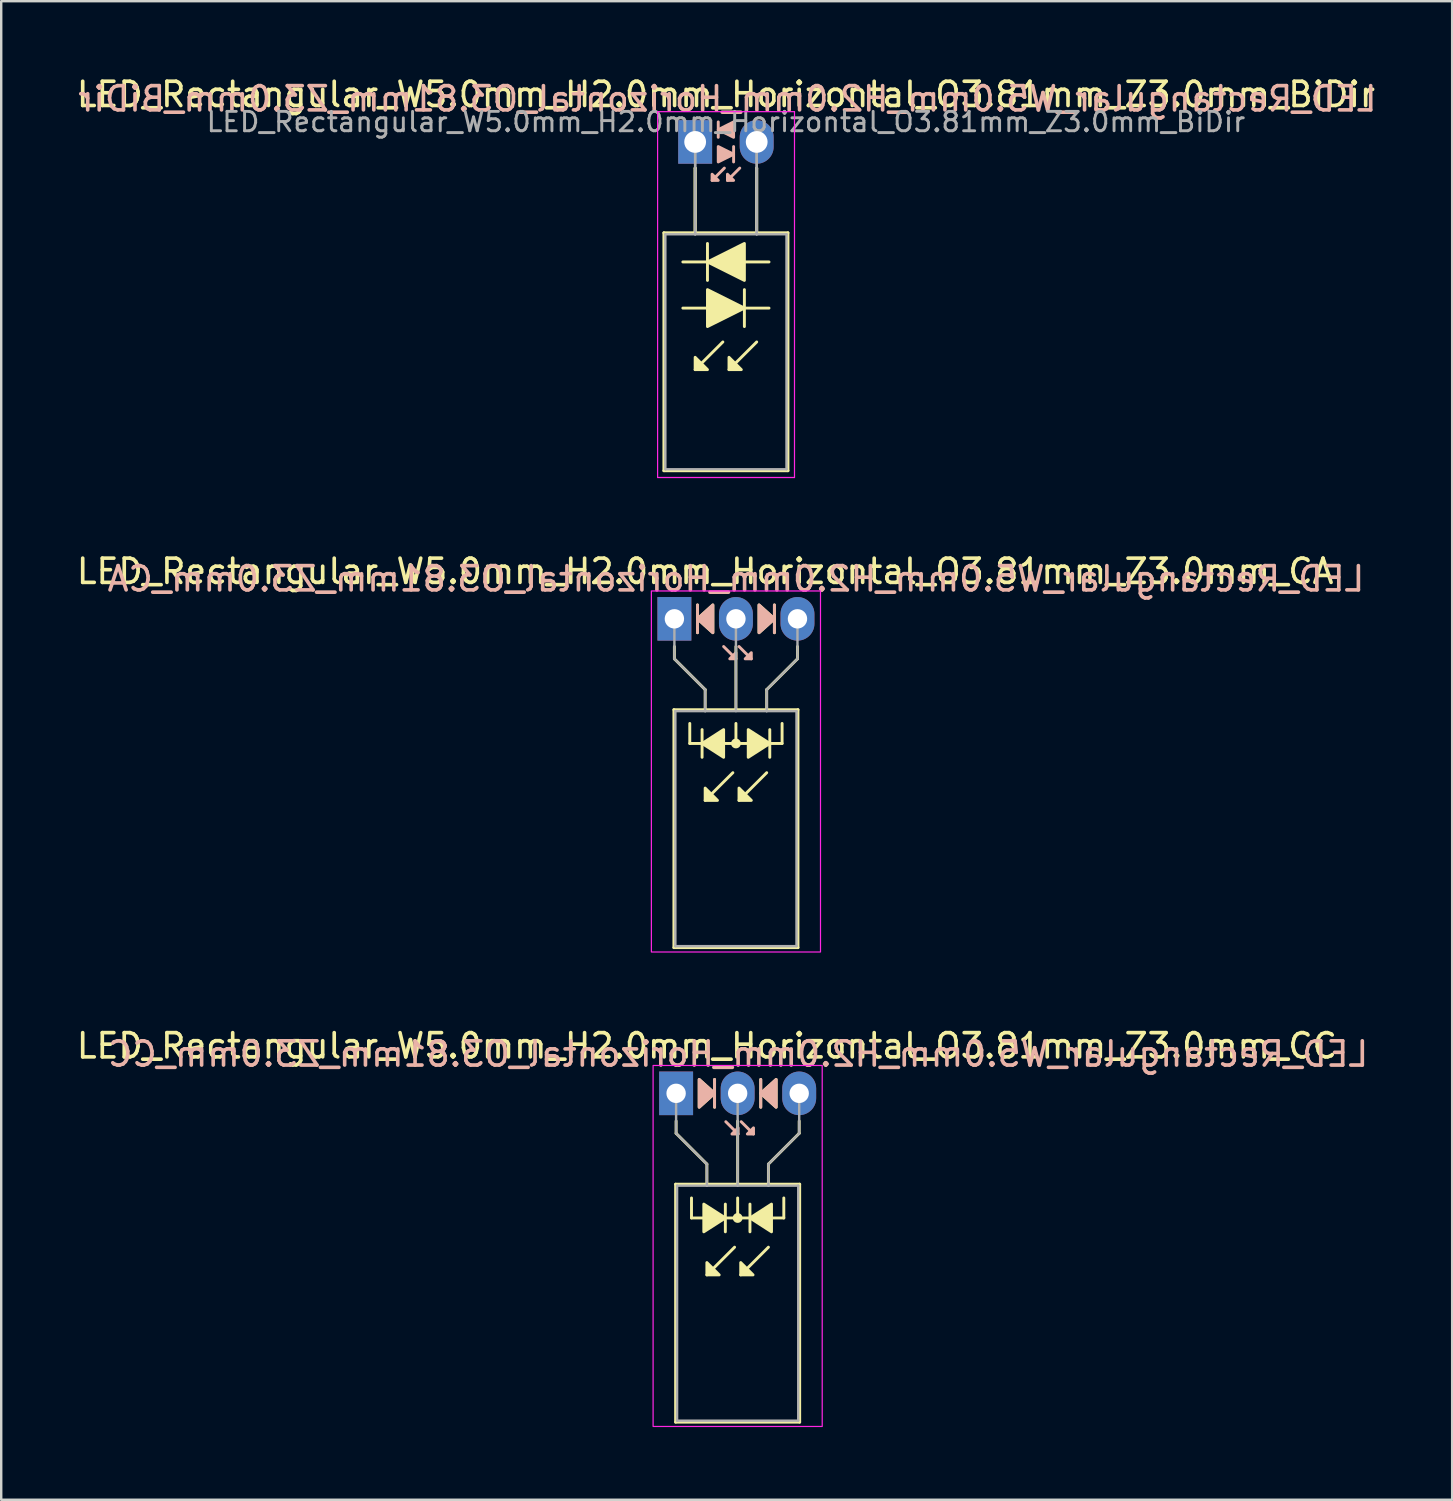
<source format=kicad_pcb>
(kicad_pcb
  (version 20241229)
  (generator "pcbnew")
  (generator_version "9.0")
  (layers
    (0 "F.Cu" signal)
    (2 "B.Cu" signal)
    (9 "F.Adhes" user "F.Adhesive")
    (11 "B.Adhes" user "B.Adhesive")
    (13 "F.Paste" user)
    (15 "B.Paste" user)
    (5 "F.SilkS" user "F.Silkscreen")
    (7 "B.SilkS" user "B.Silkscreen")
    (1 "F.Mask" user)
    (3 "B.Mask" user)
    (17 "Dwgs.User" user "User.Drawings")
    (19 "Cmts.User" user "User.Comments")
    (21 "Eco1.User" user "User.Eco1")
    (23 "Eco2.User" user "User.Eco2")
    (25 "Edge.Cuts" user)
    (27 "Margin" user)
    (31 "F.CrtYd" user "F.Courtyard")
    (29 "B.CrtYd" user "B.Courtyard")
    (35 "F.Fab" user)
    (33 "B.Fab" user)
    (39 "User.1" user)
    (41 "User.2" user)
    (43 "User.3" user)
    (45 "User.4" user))
  (footprint "LED_Rectangular_W5.0mm_H2.0mm_Horizontal_O3.81mm_Z3.0mm_BiDir"
    (layer "F.Cu")
    (at 25.641 2.808)
    (property "Reference" "LED_Rectangular_W5.0mm_H2.0mm_Horizontal_O3.81mm_Z3.0mm_BiDir" (at 1.27 -1.96 0) (layer "F.SilkS") (effects (font (size 1 1) (thickness 0.15))))
    (fp_line (start -1.29 3.75) (end -1.29 13.57) (stroke (width 0.12) (type solid)) (layer "F.SilkS"))
    (fp_line (start -1.29 13.57) (end 3.83 13.57) (stroke (width 0.12) (type solid)) (layer "F.SilkS"))
    (fp_line (start -0.508 6.858) (end 0.508 6.858) (stroke (width 0.12) (type solid)) (layer "F.SilkS"))
    (fp_line (start 0 1.08) (end 0 1.08) (stroke (width 0.12) (type solid)) (layer "F.SilkS"))
    (fp_line (start 0 1.08) (end 0 3.75) (stroke (width 0.12) (type solid)) (layer "F.SilkS"))
    (fp_line (start 0 3.75) (end 0 1.08) (stroke (width 0.12) (type solid)) (layer "F.SilkS"))
    (fp_line (start 0 3.75) (end 0 3.75) (stroke (width 0.12) (type solid)) (layer "F.SilkS"))
    (fp_line (start 0.508 4.191) (end 0.508 5.715) (stroke (width 0.12) (type solid)) (layer "F.SilkS"))
    (fp_line (start 0.508 4.953) (end -0.508 4.953) (stroke (width 0.12) (type solid)) (layer "F.SilkS"))
    (fp_line (start 1.143 8.255) (end 0 9.398) (stroke (width 0.12) (type solid)) (layer "F.SilkS"))
    (fp_line (start 2.032 6.858) (end 3.048 6.858) (stroke (width 0.12) (type solid)) (layer "F.SilkS"))
    (fp_line (start 2.032 7.62) (end 2.032 6.096) (stroke (width 0.12) (type solid)) (layer "F.SilkS"))
    (fp_line (start 2.54 1.08) (end 2.54 1.08) (stroke (width 0.12) (type solid)) (layer "F.SilkS"))
    (fp_line (start 2.54 1.08) (end 2.54 3.75) (stroke (width 0.12) (type solid)) (layer "F.SilkS"))
    (fp_line (start 2.54 3.75) (end 2.54 1.08) (stroke (width 0.12) (type solid)) (layer "F.SilkS"))
    (fp_line (start 2.54 3.75) (end 2.54 3.75) (stroke (width 0.12) (type solid)) (layer "F.SilkS"))
    (fp_line (start 2.54 8.255) (end 1.397 9.398) (stroke (width 0.12) (type solid)) (layer "F.SilkS"))
    (fp_line (start 3.048 4.953) (end 2.032 4.953) (stroke (width 0.12) (type solid)) (layer "F.SilkS"))
    (fp_line (start 3.83 3.75) (end -1.29 3.75) (stroke (width 0.12) (type solid)) (layer "F.SilkS"))
    (fp_line (start 3.83 13.57) (end 3.83 3.75) (stroke (width 0.12) (type solid)) (layer "F.SilkS"))
    (fp_poly (pts (xy 0 8.89) (xy 0.508 9.398) (xy 0 9.398)) (stroke (width 0.12) (type solid)) (fill yes) (layer "F.SilkS"))
    (fp_poly (pts (xy 0.508 6.096) (xy 2.032 6.858) (xy 0.508 7.62)) (stroke (width 0.12) (type solid)) (fill yes) (layer "F.SilkS"))
    (fp_poly (pts (xy 1.397 8.89) (xy 1.905 9.398) (xy 1.397 9.398)) (stroke (width 0.12) (type solid)) (fill yes) (layer "F.SilkS"))
    (fp_poly (pts (xy 2.032 5.715) (xy 0.508 4.953) (xy 2.032 4.191)) (stroke (width 0.12) (type solid)) (fill yes) (layer "F.SilkS"))
    (fp_line (start 0.953 -0.826) (end 0.953 -0.191) (stroke (width 0.12) (type solid)) (layer "B.SilkS"))
    (fp_line (start 1.206 1.079) (end 0.699 1.587) (stroke (width 0.12) (type solid)) (layer "B.SilkS"))
    (fp_line (start 1.587 0.826) (end 1.587 0.191) (stroke (width 0.12) (type solid)) (layer "B.SilkS"))
    (fp_line (start 1.841 1.079) (end 1.333 1.587) (stroke (width 0.12) (type solid)) (layer "B.SilkS"))
    (fp_poly (pts (xy 0.699 1.333) (xy 0.953 1.587) (xy 0.699 1.587)) (stroke (width 0.12) (type solid)) (fill yes) (layer "B.SilkS"))
    (fp_poly (pts (xy 0.953 0.191) (xy 1.587 0.508) (xy 0.953 0.826)) (stroke (width 0.12) (type solid)) (fill yes) (layer "B.SilkS"))
    (fp_poly (pts (xy 1.333 1.333) (xy 1.587 1.587) (xy 1.333 1.587)) (stroke (width 0.12) (type solid)) (fill yes) (layer "B.SilkS"))
    (fp_poly (pts (xy 1.587 -0.191) (xy 0.953 -0.508) (xy 1.587 -0.826)) (stroke (width 0.12) (type solid)) (fill yes) (layer "B.SilkS"))
    (fp_line (start -1.55 -1.25) (end -1.55 13.85) (stroke (width 0.05) (type solid)) (layer "F.CrtYd"))
    (fp_line (start -1.55 13.85) (end 4.1 13.85) (stroke (width 0.05) (type solid)) (layer "F.CrtYd"))
    (fp_line (start 4.1 -1.25) (end -1.55 -1.25) (stroke (width 0.05) (type solid)) (layer "F.CrtYd"))
    (fp_line (start 4.1 13.85) (end 4.1 -1.25) (stroke (width 0.05) (type solid)) (layer "F.CrtYd"))
    (fp_line (start -1.23 3.81) (end -1.23 13.51) (stroke (width 0.1) (type solid)) (layer "F.Fab"))
    (fp_line (start -1.23 13.51) (end 3.77 13.51) (stroke (width 0.1) (type solid)) (layer "F.Fab"))
    (fp_line (start 0 0) (end 0 0) (stroke (width 0.1) (type solid)) (layer "F.Fab"))
    (fp_line (start 0 0) (end 0 3.81) (stroke (width 0.1) (type solid)) (layer "F.Fab"))
    (fp_line (start 0 3.81) (end 0 0) (stroke (width 0.1) (type solid)) (layer "F.Fab"))
    (fp_line (start 0 3.81) (end 0 3.81) (stroke (width 0.1) (type solid)) (layer "F.Fab"))
    (fp_line (start 2.54 0) (end 2.54 0) (stroke (width 0.1) (type solid)) (layer "F.Fab"))
    (fp_line (start 2.54 0) (end 2.54 3.81) (stroke (width 0.1) (type solid)) (layer "F.Fab"))
    (fp_line (start 2.54 3.81) (end 2.54 0) (stroke (width 0.1) (type solid)) (layer "F.Fab"))
    (fp_line (start 2.54 3.81) (end 2.54 3.81) (stroke (width 0.1) (type solid)) (layer "F.Fab"))
    (fp_line (start 3.77 3.81) (end -1.23 3.81) (stroke (width 0.1) (type solid)) (layer "F.Fab"))
    (fp_line (start 3.77 13.51) (end 3.77 3.81) (stroke (width 0.1) (type solid)) (layer "F.Fab"))
    (fp_text user "${REFERENCE}" (at 1.333 -1.778 0) (layer "B.SilkS") (effects (font (size 1 1) (thickness 0.15)) (justify mirror)))
    (fp_text user "${REFERENCE}" (at 1.27 -0.826 0) (layer "F.Fab") (effects (font (size 0.8 0.8) (thickness 0.12))))
    (pad "1" thru_hole rect (at 0 0) (size 1.4 1.8) (drill 0.9) (layers "*.Cu" "*.Mask"))
    (pad "2" thru_hole oval (at 2.54 0) (size 1.4 1.8) (drill 0.9) (layers "*.Cu" "*.Mask")))
  (footprint "LED_Rectangular_W5.0mm_H2.0mm_Horizontal_O3.81mm_Z3.0mm_CA"
    (layer "F.Cu")
    (at 24.784 22.491)
    (property "Reference" "LED_Rectangular_W5.0mm_H2.0mm_Horizontal_O3.81mm_Z3.0mm_CA" (at 1.27 -1.96 0) (layer "F.SilkS") (effects (font (size 1 1) (thickness 0.15))))
    (fp_line (start -0.02 3.75) (end -0.02 13.57) (stroke (width 0.12) (type solid)) (layer "F.SilkS"))
    (fp_line (start -0.02 13.57) (end 5.1 13.57) (stroke (width 0.12) (type solid)) (layer "F.SilkS"))
    (fp_line (start 0 1.143) (end 0 1.651) (stroke (width 0.12) (type default)) (layer "F.SilkS"))
    (fp_line (start 0 1.651) (end 1.27 2.921) (stroke (width 0.12) (type default)) (layer "F.SilkS"))
    (fp_line (start 0.635 5.144) (end 0.635 4.318) (stroke (width 0.12) (type default)) (layer "F.SilkS"))
    (fp_line (start 0.635 5.144) (end 4.445 5.144) (stroke (width 0.12) (type default)) (layer "F.SilkS"))
    (fp_line (start 0.953 -0.572) (end 0.953 0.572) (stroke (width 0.12) (type solid)) (layer "F.SilkS"))
    (fp_line (start 1.143 4.572) (end 1.143 5.715) (stroke (width 0.12) (type solid)) (layer "F.SilkS"))
    (fp_line (start 1.27 2.921) (end 1.27 3.75) (stroke (width 0.12) (type default)) (layer "F.SilkS"))
    (fp_line (start 1.27 3.75) (end 1.27 3.75) (stroke (width 0.12) (type solid)) (layer "F.SilkS"))
    (fp_line (start 2.413 6.35) (end 1.27 7.493) (stroke (width 0.12) (type solid)) (layer "F.SilkS"))
    (fp_line (start 2.54 3.75) (end 2.54 1.143) (stroke (width 0.12) (type default)) (layer "F.SilkS"))
    (fp_line (start 2.54 5.144) (end 2.54 4.318) (stroke (width 0.12) (type default)) (layer "F.SilkS"))
    (fp_line (start 3.81 2.921) (end 3.81 3.75) (stroke (width 0.12) (type default)) (layer "F.SilkS"))
    (fp_line (start 3.81 3.75) (end 3.81 3.75) (stroke (width 0.12) (type solid)) (layer "F.SilkS"))
    (fp_line (start 3.81 6.35) (end 2.667 7.493) (stroke (width 0.12) (type solid)) (layer "F.SilkS"))
    (fp_line (start 3.937 5.715) (end 3.937 4.572) (stroke (width 0.12) (type solid)) (layer "F.SilkS"))
    (fp_line (start 4.128 0.572) (end 4.128 -0.572) (stroke (width 0.12) (type solid)) (layer "F.SilkS"))
    (fp_line (start 4.445 5.144) (end 4.445 4.318) (stroke (width 0.12) (type default)) (layer "F.SilkS"))
    (fp_line (start 5.08 1.143) (end 5.08 1.651) (stroke (width 0.12) (type default)) (layer "F.SilkS"))
    (fp_line (start 5.08 1.651) (end 3.81 2.921) (stroke (width 0.12) (type default)) (layer "F.SilkS"))
    (fp_line (start 5.1 3.75) (end -0.02 3.75) (stroke (width 0.12) (type solid)) (layer "F.SilkS"))
    (fp_line (start 5.1 13.57) (end 5.1 3.75) (stroke (width 0.12) (type solid)) (layer "F.SilkS"))
    (fp_circle (center 2.54 5.144) (end 2.682 5.144) (stroke (width 0.12) (type solid)) (fill yes) (layer "F.SilkS"))
    (fp_poly (pts (xy 1.27 6.985) (xy 1.778 7.493) (xy 1.27 7.493)) (stroke (width 0.12) (type solid)) (fill yes) (layer "F.SilkS"))
    (fp_poly (pts (xy 1.587 0.572) (xy 0.953 0) (xy 1.587 -0.572)) (stroke (width 0.12) (type solid)) (fill yes) (layer "F.SilkS"))
    (fp_poly (pts (xy 2.032 5.715) (xy 1.143 5.144) (xy 2.032 4.572)) (stroke (width 0.12) (type solid)) (fill yes) (layer "F.SilkS"))
    (fp_poly (pts (xy 2.667 6.985) (xy 3.175 7.493) (xy 2.667 7.493)) (stroke (width 0.12) (type solid)) (fill yes) (layer "F.SilkS"))
    (fp_poly (pts (xy 3.048 4.572) (xy 3.937 5.144) (xy 3.048 5.715)) (stroke (width 0.12) (type solid)) (fill yes) (layer "F.SilkS"))
    (fp_poly (pts (xy 3.493 -0.572) (xy 4.128 0) (xy 3.493 0.572)) (stroke (width 0.12) (type solid)) (fill yes) (layer "F.SilkS"))
    (fp_line (start 0.953 -0.572) (end 0.953 0.572) (stroke (width 0.12) (type solid)) (layer "B.SilkS"))
    (fp_line (start 2.54 1.651) (end 2.032 1.143) (stroke (width 0.12) (type solid)) (layer "B.SilkS"))
    (fp_line (start 3.175 1.651) (end 2.667 1.143) (stroke (width 0.12) (type solid)) (layer "B.SilkS"))
    (fp_line (start 4.128 0.572) (end 4.128 -0.572) (stroke (width 0.12) (type solid)) (layer "B.SilkS"))
    (fp_poly (pts (xy 1.587 0.572) (xy 0.953 0) (xy 1.587 -0.572)) (stroke (width 0.12) (type solid)) (fill yes) (layer "B.SilkS"))
    (fp_poly (pts (xy 2.54 1.397) (xy 2.286 1.651) (xy 2.54 1.651)) (stroke (width 0.12) (type solid)) (fill yes) (layer "B.SilkS"))
    (fp_poly (pts (xy 3.175 1.397) (xy 2.921 1.651) (xy 3.175 1.651)) (stroke (width 0.12) (type solid)) (fill yes) (layer "B.SilkS"))
    (fp_poly (pts (xy 3.493 0.572) (xy 4.128 0) (xy 3.493 -0.572)) (stroke (width 0.12) (type solid)) (fill yes) (layer "B.SilkS"))
    (fp_rect (start -0.95 -1.15) (end 6.03 13.75) (stroke (width 0.05) (type default)) (fill no) (layer "F.CrtYd"))
    (fp_line (start 0 0) (end 0 0) (stroke (width 0.1) (type solid)) (layer "F.Fab"))
    (fp_line (start 0 1.651) (end 0 0) (stroke (width 0.1) (type default)) (layer "F.Fab"))
    (fp_line (start 0.04 3.81) (end 0.04 13.51) (stroke (width 0.1) (type solid)) (layer "F.Fab"))
    (fp_line (start 0.04 13.51) (end 5.04 13.51) (stroke (width 0.1) (type solid)) (layer "F.Fab"))
    (fp_line (start 1.27 2.921) (end 0 1.651) (stroke (width 0.1) (type default)) (layer "F.Fab"))
    (fp_line (start 1.27 2.921) (end 1.27 3.81) (stroke (width 0.1) (type default)) (layer "F.Fab"))
    (fp_line (start 1.27 3.81) (end 1.27 3.81) (stroke (width 0.1) (type solid)) (layer "F.Fab"))
    (fp_line (start 2.54 0) (end 2.54 0) (stroke (width 0.1) (type solid)) (layer "F.Fab"))
    (fp_line (start 2.54 0) (end 2.54 3.81) (stroke (width 0.1) (type default)) (layer "F.Fab"))
    (fp_line (start 3.81 2.921) (end 3.81 3.81) (stroke (width 0.1) (type default)) (layer "F.Fab"))
    (fp_line (start 3.81 2.921) (end 5.08 1.651) (stroke (width 0.1) (type default)) (layer "F.Fab"))
    (fp_line (start 3.81 3.81) (end 3.81 3.81) (stroke (width 0.1) (type solid)) (layer "F.Fab"))
    (fp_line (start 5.04 3.81) (end 0.04 3.81) (stroke (width 0.1) (type solid)) (layer "F.Fab"))
    (fp_line (start 5.04 13.51) (end 5.04 3.81) (stroke (width 0.1) (type solid)) (layer "F.Fab"))
    (fp_line (start 5.08 1.651) (end 5.08 0) (stroke (width 0.1) (type default)) (layer "F.Fab"))
    (fp_text user "${REFERENCE}" (at 2.54 -1.651 0) (layer "B.SilkS") (effects (font (size 1 1) (thickness 0.15)) (justify mirror)))
    (pad "1" thru_hole rect (at 0 0) (size 1.4 1.8) (drill 0.8) (layers "*.Cu" "*.Mask"))
    (pad "2" thru_hole oval (at 2.54 0) (size 1.4 1.8) (drill 0.8) (layers "*.Cu" "*.Mask"))
    (pad "3" thru_hole oval (at 5.08 0) (size 1.4 1.8) (drill 0.8) (layers "*.Cu" "*.Mask")))
  (footprint "LED_Rectangular_W5.0mm_H2.0mm_Horizontal_O3.81mm_Z3.0mm_CC"
    (layer "F.Cu")
    (at 24.855 42.075)
    (property "Reference" "LED_Rectangular_W5.0mm_H2.0mm_Horizontal_O3.81mm_Z3.0mm_CC" (at 1.27 -1.96 0) (layer "F.SilkS") (effects (font (size 1 1) (thickness 0.15))))
    (fp_line (start -0.02 3.75) (end -0.02 13.57) (stroke (width 0.12) (type solid)) (layer "F.SilkS"))
    (fp_line (start -0.02 13.57) (end 5.1 13.57) (stroke (width 0.12) (type solid)) (layer "F.SilkS"))
    (fp_line (start 0 1.143) (end 0 1.651) (stroke (width 0.12) (type default)) (layer "F.SilkS"))
    (fp_line (start 0 1.651) (end 1.27 2.921) (stroke (width 0.12) (type default)) (layer "F.SilkS"))
    (fp_line (start 0.635 5.144) (end 0.635 4.318) (stroke (width 0.12) (type default)) (layer "F.SilkS"))
    (fp_line (start 0.635 5.144) (end 4.445 5.144) (stroke (width 0.12) (type default)) (layer "F.SilkS"))
    (fp_line (start 1.27 2.921) (end 1.27 3.75) (stroke (width 0.12) (type default)) (layer "F.SilkS"))
    (fp_line (start 1.27 3.75) (end 1.27 3.75) (stroke (width 0.12) (type solid)) (layer "F.SilkS"))
    (fp_line (start 1.587 0.572) (end 1.587 -0.572) (stroke (width 0.12) (type solid)) (layer "F.SilkS"))
    (fp_line (start 2.032 5.715) (end 2.032 4.572) (stroke (width 0.12) (type solid)) (layer "F.SilkS"))
    (fp_line (start 2.413 6.35) (end 1.27 7.493) (stroke (width 0.12) (type solid)) (layer "F.SilkS"))
    (fp_line (start 2.54 3.75) (end 2.54 1.143) (stroke (width 0.12) (type default)) (layer "F.SilkS"))
    (fp_line (start 2.54 5.144) (end 2.54 4.318) (stroke (width 0.12) (type default)) (layer "F.SilkS"))
    (fp_line (start 3.048 4.572) (end 3.048 5.715) (stroke (width 0.12) (type solid)) (layer "F.SilkS"))
    (fp_line (start 3.493 -0.572) (end 3.493 0.572) (stroke (width 0.12) (type solid)) (layer "F.SilkS"))
    (fp_line (start 3.81 2.921) (end 3.81 3.75) (stroke (width 0.12) (type default)) (layer "F.SilkS"))
    (fp_line (start 3.81 3.75) (end 3.81 3.75) (stroke (width 0.12) (type solid)) (layer "F.SilkS"))
    (fp_line (start 3.81 6.35) (end 2.667 7.493) (stroke (width 0.12) (type solid)) (layer "F.SilkS"))
    (fp_line (start 4.445 5.144) (end 4.445 4.318) (stroke (width 0.12) (type default)) (layer "F.SilkS"))
    (fp_line (start 5.08 1.143) (end 5.08 1.651) (stroke (width 0.12) (type default)) (layer "F.SilkS"))
    (fp_line (start 5.08 1.651) (end 3.81 2.921) (stroke (width 0.12) (type default)) (layer "F.SilkS"))
    (fp_line (start 5.1 3.75) (end -0.02 3.75) (stroke (width 0.12) (type solid)) (layer "F.SilkS"))
    (fp_line (start 5.1 13.57) (end 5.1 3.75) (stroke (width 0.12) (type solid)) (layer "F.SilkS"))
    (fp_circle (center 2.54 5.144) (end 2.682 5.144) (stroke (width 0.12) (type solid)) (fill yes) (layer "F.SilkS"))
    (fp_poly (pts (xy 0.953 -0.572) (xy 1.587 0) (xy 0.953 0.572)) (stroke (width 0.12) (type solid)) (fill yes) (layer "F.SilkS"))
    (fp_poly (pts (xy 1.143 4.572) (xy 2.032 5.144) (xy 1.143 5.715)) (stroke (width 0.12) (type solid)) (fill yes) (layer "F.SilkS"))
    (fp_poly (pts (xy 1.27 6.985) (xy 1.778 7.493) (xy 1.27 7.493)) (stroke (width 0.12) (type solid)) (fill yes) (layer "F.SilkS"))
    (fp_poly (pts (xy 2.667 6.985) (xy 3.175 7.493) (xy 2.667 7.493)) (stroke (width 0.12) (type solid)) (fill yes) (layer "F.SilkS"))
    (fp_poly (pts (xy 3.937 5.715) (xy 3.048 5.144) (xy 3.937 4.572)) (stroke (width 0.12) (type solid)) (fill yes) (layer "F.SilkS"))
    (fp_poly (pts (xy 4.128 0.572) (xy 3.493 0) (xy 4.128 -0.572)) (stroke (width 0.12) (type solid)) (fill yes) (layer "F.SilkS"))
    (fp_line (start 1.587 0.572) (end 1.587 -0.572) (stroke (width 0.12) (type solid)) (layer "B.SilkS"))
    (fp_line (start 2.559 1.679) (end 2.051 1.171) (stroke (width 0.12) (type solid)) (layer "B.SilkS"))
    (fp_line (start 3.194 1.679) (end 2.686 1.171) (stroke (width 0.12) (type solid)) (layer "B.SilkS"))
    (fp_line (start 3.493 -0.572) (end 3.493 0.572) (stroke (width 0.12) (type solid)) (layer "B.SilkS"))
    (fp_poly (pts (xy 0.953 0.572) (xy 1.587 0) (xy 0.953 -0.572)) (stroke (width 0.12) (type solid)) (fill yes) (layer "B.SilkS"))
    (fp_poly (pts (xy 2.559 1.425) (xy 2.305 1.679) (xy 2.559 1.679)) (stroke (width 0.12) (type solid)) (fill yes) (layer "B.SilkS"))
    (fp_poly (pts (xy 3.194 1.425) (xy 2.94 1.679) (xy 3.194 1.679)) (stroke (width 0.12) (type solid)) (fill yes) (layer "B.SilkS"))
    (fp_poly (pts (xy 4.128 0.572) (xy 3.493 0) (xy 4.128 -0.572)) (stroke (width 0.12) (type solid)) (fill yes) (layer "B.SilkS"))
    (fp_rect (start -0.95 -1.15) (end 6.03 13.75) (stroke (width 0.05) (type default)) (fill no) (layer "F.CrtYd"))
    (fp_line (start 0 0) (end 0 0) (stroke (width 0.1) (type solid)) (layer "F.Fab"))
    (fp_line (start 0 1.651) (end 0 0) (stroke (width 0.1) (type default)) (layer "F.Fab"))
    (fp_line (start 0.04 3.81) (end 0.04 13.51) (stroke (width 0.1) (type solid)) (layer "F.Fab"))
    (fp_line (start 0.04 13.51) (end 5.04 13.51) (stroke (width 0.1) (type solid)) (layer "F.Fab"))
    (fp_line (start 1.27 2.921) (end 0 1.651) (stroke (width 0.1) (type default)) (layer "F.Fab"))
    (fp_line (start 1.27 2.921) (end 1.27 3.81) (stroke (width 0.1) (type default)) (layer "F.Fab"))
    (fp_line (start 1.27 3.81) (end 1.27 3.81) (stroke (width 0.1) (type solid)) (layer "F.Fab"))
    (fp_line (start 2.54 0) (end 2.54 0) (stroke (width 0.1) (type solid)) (layer "F.Fab"))
    (fp_line (start 2.54 0) (end 2.54 3.81) (stroke (width 0.1) (type default)) (layer "F.Fab"))
    (fp_line (start 3.81 2.921) (end 3.81 3.81) (stroke (width 0.1) (type default)) (layer "F.Fab"))
    (fp_line (start 3.81 2.921) (end 5.08 1.651) (stroke (width 0.1) (type default)) (layer "F.Fab"))
    (fp_line (start 3.81 3.81) (end 3.81 3.81) (stroke (width 0.1) (type solid)) (layer "F.Fab"))
    (fp_line (start 5.04 3.81) (end 0.04 3.81) (stroke (width 0.1) (type solid)) (layer "F.Fab"))
    (fp_line (start 5.04 13.51) (end 5.04 3.81) (stroke (width 0.1) (type solid)) (layer "F.Fab"))
    (fp_line (start 5.08 1.651) (end 5.08 0) (stroke (width 0.1) (type default)) (layer "F.Fab"))
    (fp_text user "${REFERENCE}" (at 2.559 -1.623 0) (layer "B.SilkS") (effects (font (size 1 1) (thickness 0.15)) (justify mirror)))
    (pad "1" thru_hole rect (at 0 0) (size 1.4 1.8) (drill 0.8) (layers "*.Cu" "*.Mask"))
    (pad "2" thru_hole oval (at 2.54 0) (size 1.4 1.8) (drill 0.8) (layers "*.Cu" "*.Mask"))
    (pad "3" thru_hole oval (at 5.08 0) (size 1.4 1.8) (drill 0.8) (layers "*.Cu" "*.Mask")))
  (gr_rect
    (start -3 -3)
    (end 56.885 58.85)
    (stroke (width 0.1) (type default))
    (fill no)
    (layer "Edge.Cuts")))
</source>
